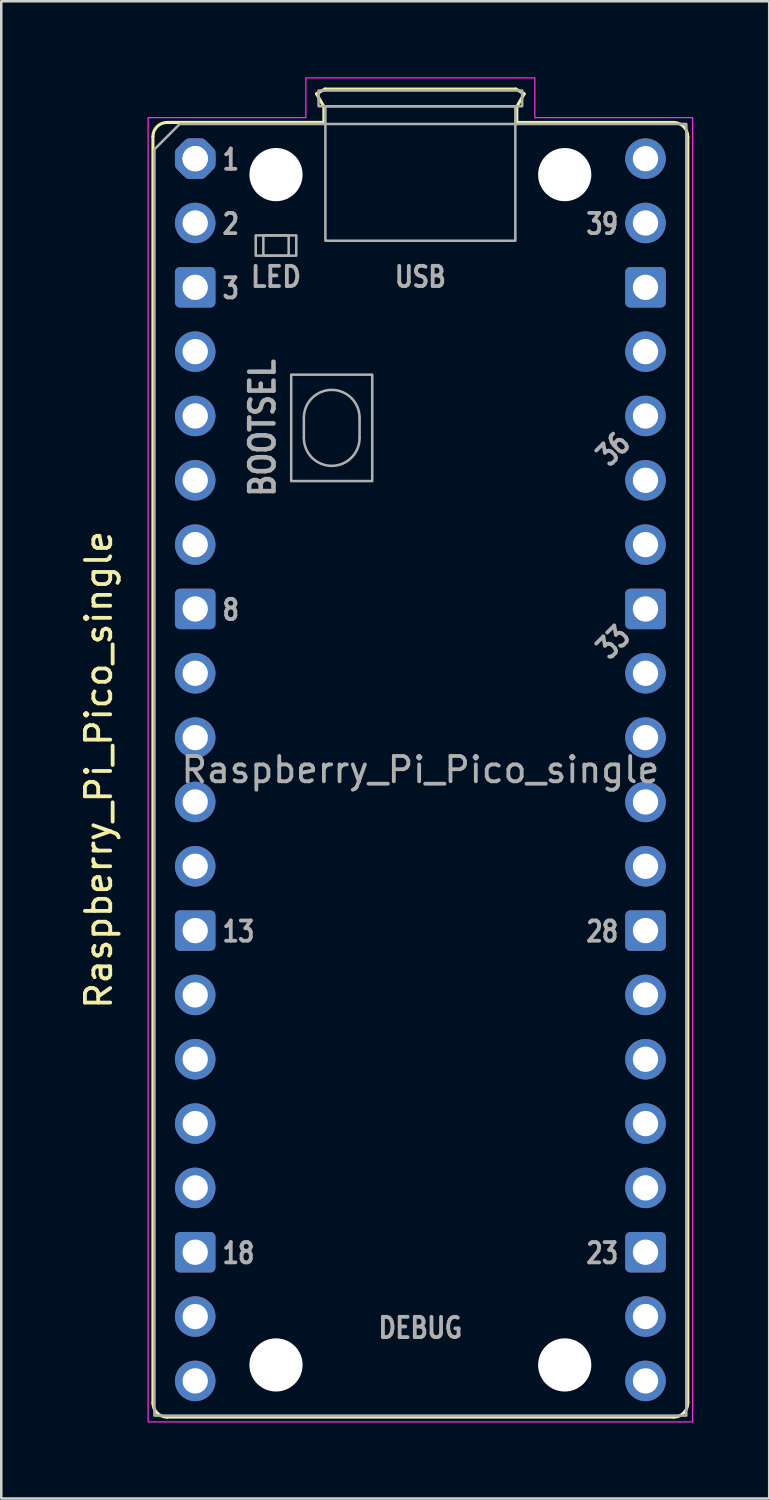
<source format=kicad_pcb>
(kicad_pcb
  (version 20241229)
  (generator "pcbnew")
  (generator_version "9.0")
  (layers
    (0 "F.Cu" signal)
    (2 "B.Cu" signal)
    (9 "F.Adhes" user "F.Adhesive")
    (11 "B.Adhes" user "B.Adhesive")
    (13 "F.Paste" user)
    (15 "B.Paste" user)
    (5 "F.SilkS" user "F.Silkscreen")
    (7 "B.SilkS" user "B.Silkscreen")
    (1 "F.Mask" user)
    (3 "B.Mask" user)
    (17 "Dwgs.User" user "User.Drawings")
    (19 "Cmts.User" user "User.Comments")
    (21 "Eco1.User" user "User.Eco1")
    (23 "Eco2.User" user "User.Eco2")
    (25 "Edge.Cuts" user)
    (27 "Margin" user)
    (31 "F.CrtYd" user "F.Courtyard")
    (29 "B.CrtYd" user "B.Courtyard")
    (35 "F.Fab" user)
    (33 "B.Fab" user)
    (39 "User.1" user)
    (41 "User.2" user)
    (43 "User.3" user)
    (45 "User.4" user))
  (footprint "Raspberry_Pi_Pico_single"
    (layer "F.Cu")
    (at 4.658 3.215)
    (property "Reference" "Raspberry_Pi_Pico_single" (at -3.81 24.13 270) (layer "F.SilkS") (effects (font (size 1 1) (thickness 0.15))))
    (attr through_hole)
    (fp_line (start -1.67 -0.87) (end -1.67 49.13) (stroke (width 0.12) (type solid)) (layer "F.SilkS"))
    (fp_line (start -1.11 -1.43) (end 5.08 -1.43) (stroke (width 0.12) (type solid)) (layer "F.SilkS"))
    (fp_line (start -1.11 49.69) (end 18.89 49.69) (stroke (width 0.12) (type solid)) (layer "F.SilkS"))
    (fp_line (start 4.79 -2.56) (end 5.12 -2.75) (stroke (width 0.12) (type solid)) (layer "F.SilkS"))
    (fp_line (start 5.08 -2.06) (end 4.79 -2.56) (stroke (width 0.12) (type solid)) (layer "F.SilkS"))
    (fp_line (start 5.08 -1.43) (end -1.11 -1.43) (stroke (width 0.12) (type solid)) (layer "F.SilkS"))
    (fp_line (start 5.08 -1.43) (end 5.08 -2.06) (stroke (width 0.12) (type solid)) (layer "F.SilkS"))
    (fp_line (start 5.12 -2.75) (end 12.66 -2.75) (stroke (width 0.12) (type solid)) (layer "F.SilkS"))
    (fp_line (start 12.66 -2.75) (end 12.99 -2.56) (stroke (width 0.12) (type solid)) (layer "F.SilkS"))
    (fp_line (start 12.7 -2.06) (end 12.7 -1.43) (stroke (width 0.12) (type solid)) (layer "F.SilkS"))
    (fp_line (start 12.99 -2.56) (end 12.7 -2.06) (stroke (width 0.12) (type solid)) (layer "F.SilkS"))
    (fp_line (start 18.89 -1.43) (end 12.7 -1.43) (stroke (width 0.12) (type solid)) (layer "F.SilkS"))
    (fp_line (start 19.45 -0.87) (end 19.45 49.13) (stroke (width 0.12) (type solid)) (layer "F.SilkS"))
    (fp_arc (start -1.67 -0.87) (mid -1.50598 -1.26598) (end -1.11 -1.43) (stroke (width 0.12) (type solid)) (layer "F.SilkS"))
    (fp_arc (start -1.11 49.69) (mid -1.50598 49.52598) (end -1.67 49.13) (stroke (width 0.12) (type solid)) (layer "F.SilkS"))
    (fp_arc (start 18.89 -1.43) (mid 19.28598 -1.26598) (end 19.45 -0.87) (stroke (width 0.12) (type solid)) (layer "F.SilkS"))
    (fp_arc (start 19.45 49.13) (mid 19.28598 49.52598) (end 18.89 49.69) (stroke (width 0.12) (type solid)) (layer "F.SilkS"))
    (fp_poly (pts (xy 13.41 -1.62) (xy 19.64 -1.62) (xy 19.64 49.88) (xy -1.86 49.88) (xy -1.86 -1.62) (xy 4.37 -1.62) (xy 4.37 -3.19) (xy 13.41 -3.19)) (stroke (width 0.05) (type solid)) (fill no) (layer "F.CrtYd"))
    (fp_line (start 4.29 10.23) (end 4.29 11.03) (stroke (width 0.1) (type solid)) (layer "F.Fab"))
    (fp_line (start 6.49 10.23) (end 6.49 11.03) (stroke (width 0.1) (type solid)) (layer "F.Fab"))
    (fp_rect (start 2.39 3.03) (end 3.99 3.83) (stroke (width 0.1) (type solid)) (fill no) (layer "F.Fab"))
    (fp_rect (start 2.69 3.03) (end 3.69 3.83) (stroke (width 0.1) (type solid)) (fill no) (layer "F.Fab"))
    (fp_rect (start 3.79 8.53) (end 6.99 12.73) (stroke (width 0.1) (type solid)) (fill no) (layer "F.Fab"))
    (fp_rect (start 4.87 -2.69) (end 12.91 -2.07) (stroke (width 0.1) (type solid)) (fill no) (layer "F.Fab"))
    (fp_rect (start 5.14 -2.07) (end 12.64 3.24) (stroke (width 0.1) (type solid)) (fill no) (layer "F.Fab"))
    (fp_arc (start 4.29 10.23) (mid 5.39 9.13) (end 6.49 10.23) (stroke (width 0.1) (type solid)) (layer "F.Fab"))
    (fp_arc (start 6.49 11.03) (mid 5.39 12.13) (end 4.29 11.03) (stroke (width 0.1) (type solid)) (layer "F.Fab"))
    (fp_poly (pts (xy 19.39 49.63) (xy -1.61 49.63) (xy -1.61 -0.37) (xy -0.61 -1.37) (xy 19.39 -1.37)) (stroke (width 0.1) (type solid)) (fill no) (layer "F.Fab"))
    (fp_text user "LED" (at 3.19 4.668 0) (unlocked yes) (layer "F.Fab") (effects (font (size 0.8 0.72) (thickness 0.15))))
    (fp_text user "23" (at 16.78 43.218 0) (unlocked yes) (layer "F.Fab") (effects (font (size 0.8 0.64) (thickness 0.15)) (justify right)))
    (fp_text user "BOOTSEL" (at 2.656 10.63 90) (unlocked yes) (layer "F.Fab") (effects (font (size 0.96 0.825) (thickness 0.18))))
    (fp_text user "2" (at 1 2.578 0) (unlocked yes) (layer "F.Fab") (effects (font (size 0.8 0.64) (thickness 0.15)) (justify left)))
    (fp_text user "${REFERENCE}" (at 8.89 24.13 0) (unlocked yes) (layer "F.Fab") (effects (font (size 1 1) (thickness 0.15))))
    (fp_text user "DEBUG" (at 8.89 46.168 0) (unlocked yes) (layer "F.Fab") (effects (font (size 0.8 0.66) (thickness 0.15))))
    (fp_text user "36" (at 16.51 11.468 45) (unlocked yes) (layer "F.Fab") (effects (font (size 0.8 0.64) (thickness 0.15))))
    (fp_text user "8" (at 1 17.818 0) (unlocked yes) (layer "F.Fab") (effects (font (size 0.8 0.64) (thickness 0.15)) (justify left)))
    (fp_text user "USB" (at 8.89 4.668 0) (unlocked yes) (layer "F.Fab") (effects (font (size 0.8 0.66) (thickness 0.15))))
    (fp_text user "1" (at 1 0.038 0) (unlocked yes) (layer "F.Fab") (effects (font (size 0.8 0.64) (thickness 0.15)) (justify left)))
    (fp_text user "28" (at 16.78 30.518 0) (unlocked yes) (layer "F.Fab") (effects (font (size 0.8 0.64) (thickness 0.15)) (justify right)))
    (fp_text user "33" (at 16.51 19.088 45) (unlocked yes) (layer "F.Fab") (effects (font (size 0.8 0.64) (thickness 0.15))))
    (fp_text user "18" (at 1 43.218 0) (unlocked yes) (layer "F.Fab") (effects (font (size 0.8 0.64) (thickness 0.15)) (justify left)))
    (fp_text user "39" (at 16.78 2.578 0) (unlocked yes) (layer "F.Fab") (effects (font (size 0.8 0.64) (thickness 0.15)) (justify right)))
    (fp_text user "13" (at 1 30.518 0) (unlocked yes) (layer "F.Fab") (effects (font (size 0.8 0.64) (thickness 0.15)) (justify left)))
    (fp_text user "3" (at 1 5.118 0) (unlocked yes) (layer "F.Fab") (effects (font (size 0.8 0.64) (thickness 0.15)) (justify left)))
    (pad "" np_thru_hole circle (at 3.19 0.63) (size 2.1 2.1) (drill 2.1) (layers "*.Cu" "*.Mask"))
    (pad "" np_thru_hole circle (at 3.19 47.63) (size 2.1 2.1) (drill 2.1) (layers "*.Cu" "*.Mask"))
    (pad "" np_thru_hole circle (at 14.59 0.63) (size 2.1 2.1) (drill 2.1) (layers "*.Cu" "*.Mask"))
    (pad "" np_thru_hole circle (at 14.59 47.63) (size 2.1 2.1) (drill 2.1) (layers "*.Cu" "*.Mask"))
    (pad "1" thru_hole circle (at 0 0) (size 1.6 1.6) (drill 1) (layers "*.Cu" "*.Mask"))
    (pad "1" thru_hole custom (at 0 0) (size 1.6 1.6) (drill 1) (layers "*.Cu" "*.Mask") (options (anchor circle)) (primitives (gr_poly (pts (xy 0.6 0.249) (xy 0.249 0.6) (xy -0.249 0.6) (xy -0.6 0.249) (xy -0.6 -0.249) (xy -0.249 -0.6) (xy 0.249 -0.6) (xy 0.6 -0.249)) (width 0.4) (fill yes))))
    (pad "2" thru_hole circle (at 0 2.54) (size 1.6 1.6) (drill 1) (layers "*.Cu" "*.Mask"))
    (pad "3" thru_hole roundrect (at 0 5.08) (size 1.6 1.6) (drill 1) (layers "*.Cu" "*.Mask") (roundrect_rratio 0.125))
    (pad "4" thru_hole circle (at 0 7.62) (size 1.6 1.6) (drill 1) (layers "*.Cu" "*.Mask"))
    (pad "5" thru_hole circle (at 0 10.16) (size 1.6 1.6) (drill 1) (layers "*.Cu" "*.Mask"))
    (pad "6" thru_hole circle (at 0 12.7) (size 1.6 1.6) (drill 1) (layers "*.Cu" "*.Mask"))
    (pad "7" thru_hole circle (at 0 15.24) (size 1.6 1.6) (drill 1) (layers "*.Cu" "*.Mask"))
    (pad "8" thru_hole roundrect (at 0 17.78) (size 1.6 1.6) (drill 1) (layers "*.Cu" "*.Mask") (roundrect_rratio 0.125))
    (pad "9" thru_hole circle (at 0 20.32) (size 1.6 1.6) (drill 1) (layers "*.Cu" "*.Mask"))
    (pad "10" thru_hole circle (at 0 22.86) (size 1.6 1.6) (drill 1) (layers "*.Cu" "*.Mask"))
    (pad "11" thru_hole circle (at 0 25.4) (size 1.6 1.6) (drill 1) (layers "*.Cu" "*.Mask"))
    (pad "12" thru_hole circle (at 0 27.94) (size 1.6 1.6) (drill 1) (layers "*.Cu" "*.Mask"))
    (pad "13" thru_hole roundrect (at 0 30.48) (size 1.6 1.6) (drill 1) (layers "*.Cu" "*.Mask") (roundrect_rratio 0.125))
    (pad "14" thru_hole circle (at 0 33.02) (size 1.6 1.6) (drill 1) (layers "*.Cu" "*.Mask"))
    (pad "15" thru_hole circle (at 0 35.56) (size 1.6 1.6) (drill 1) (layers "*.Cu" "*.Mask"))
    (pad "16" thru_hole circle (at 0 38.1) (size 1.6 1.6) (drill 1) (layers "*.Cu" "*.Mask"))
    (pad "17" thru_hole circle (at 0 40.64) (size 1.6 1.6) (drill 1) (layers "*.Cu" "*.Mask"))
    (pad "18" thru_hole roundrect (at 0 43.18) (size 1.6 1.6) (drill 1) (layers "*.Cu" "*.Mask") (roundrect_rratio 0.125))
    (pad "19" thru_hole circle (at 0 45.72) (size 1.6 1.6) (drill 1) (layers "*.Cu" "*.Mask"))
    (pad "20" thru_hole circle (at 0 48.26) (size 1.6 1.6) (drill 1) (layers "*.Cu" "*.Mask"))
    (pad "21" thru_hole circle (at 17.78 48.26) (size 1.6 1.6) (drill 1) (layers "*.Cu" "*.Mask"))
    (pad "22" thru_hole circle (at 17.78 45.72) (size 1.6 1.6) (drill 1) (layers "*.Cu" "*.Mask"))
    (pad "23" thru_hole roundrect (at 17.78 43.18) (size 1.6 1.6) (drill 1) (layers "*.Cu" "*.Mask") (roundrect_rratio 0.125))
    (pad "24" thru_hole circle (at 17.78 40.64) (size 1.6 1.6) (drill 1) (layers "*.Cu" "*.Mask"))
    (pad "25" thru_hole circle (at 17.78 38.1) (size 1.6 1.6) (drill 1) (layers "*.Cu" "*.Mask"))
    (pad "26" thru_hole circle (at 17.78 35.56) (size 1.6 1.6) (drill 1) (layers "*.Cu" "*.Mask"))
    (pad "27" thru_hole circle (at 17.78 33.02) (size 1.6 1.6) (drill 1) (layers "*.Cu" "*.Mask"))
    (pad "28" thru_hole roundrect (at 17.78 30.48) (size 1.6 1.6) (drill 1) (layers "*.Cu" "*.Mask") (roundrect_rratio 0.125))
    (pad "29" thru_hole circle (at 17.78 27.94) (size 1.6 1.6) (drill 1) (layers "*.Cu" "*.Mask"))
    (pad "30" thru_hole circle (at 17.78 25.4) (size 1.6 1.6) (drill 1) (layers "*.Cu" "*.Mask"))
    (pad "31" thru_hole circle (at 17.78 22.86) (size 1.6 1.6) (drill 1) (layers "*.Cu" "*.Mask"))
    (pad "32" thru_hole circle (at 17.78 20.32) (size 1.6 1.6) (drill 1) (layers "*.Cu" "*.Mask"))
    (pad "33" thru_hole roundrect (at 17.78 17.78) (size 1.6 1.6) (drill 1) (layers "*.Cu" "*.Mask") (roundrect_rratio 0.125))
    (pad "34" thru_hole circle (at 17.78 15.24) (size 1.6 1.6) (drill 1) (layers "*.Cu" "*.Mask"))
    (pad "35" thru_hole circle (at 17.78 12.7) (size 1.6 1.6) (drill 1) (layers "*.Cu" "*.Mask"))
    (pad "36" thru_hole circle (at 17.78 10.16) (size 1.6 1.6) (drill 1) (layers "*.Cu" "*.Mask"))
    (pad "37" thru_hole circle (at 17.78 7.62) (size 1.6 1.6) (drill 1) (layers "*.Cu" "*.Mask"))
    (pad "38" thru_hole roundrect (at 17.78 5.08) (size 1.6 1.6) (drill 1) (layers "*.Cu" "*.Mask") (roundrect_rratio 0.125))
    (pad "39" thru_hole circle (at 17.78 2.54) (size 1.6 1.6) (drill 1) (layers "*.Cu" "*.Mask"))
    (pad "40" thru_hole circle (at 17.78 0) (size 1.6 1.6) (drill 1) (layers "*.Cu" "*.Mask")))
  (gr_rect
    (start -3 -3)
    (end 27.323 56.12)
    (stroke (width 0.1) (type default))
    (fill no)
    (layer "Edge.Cuts")))
</source>
